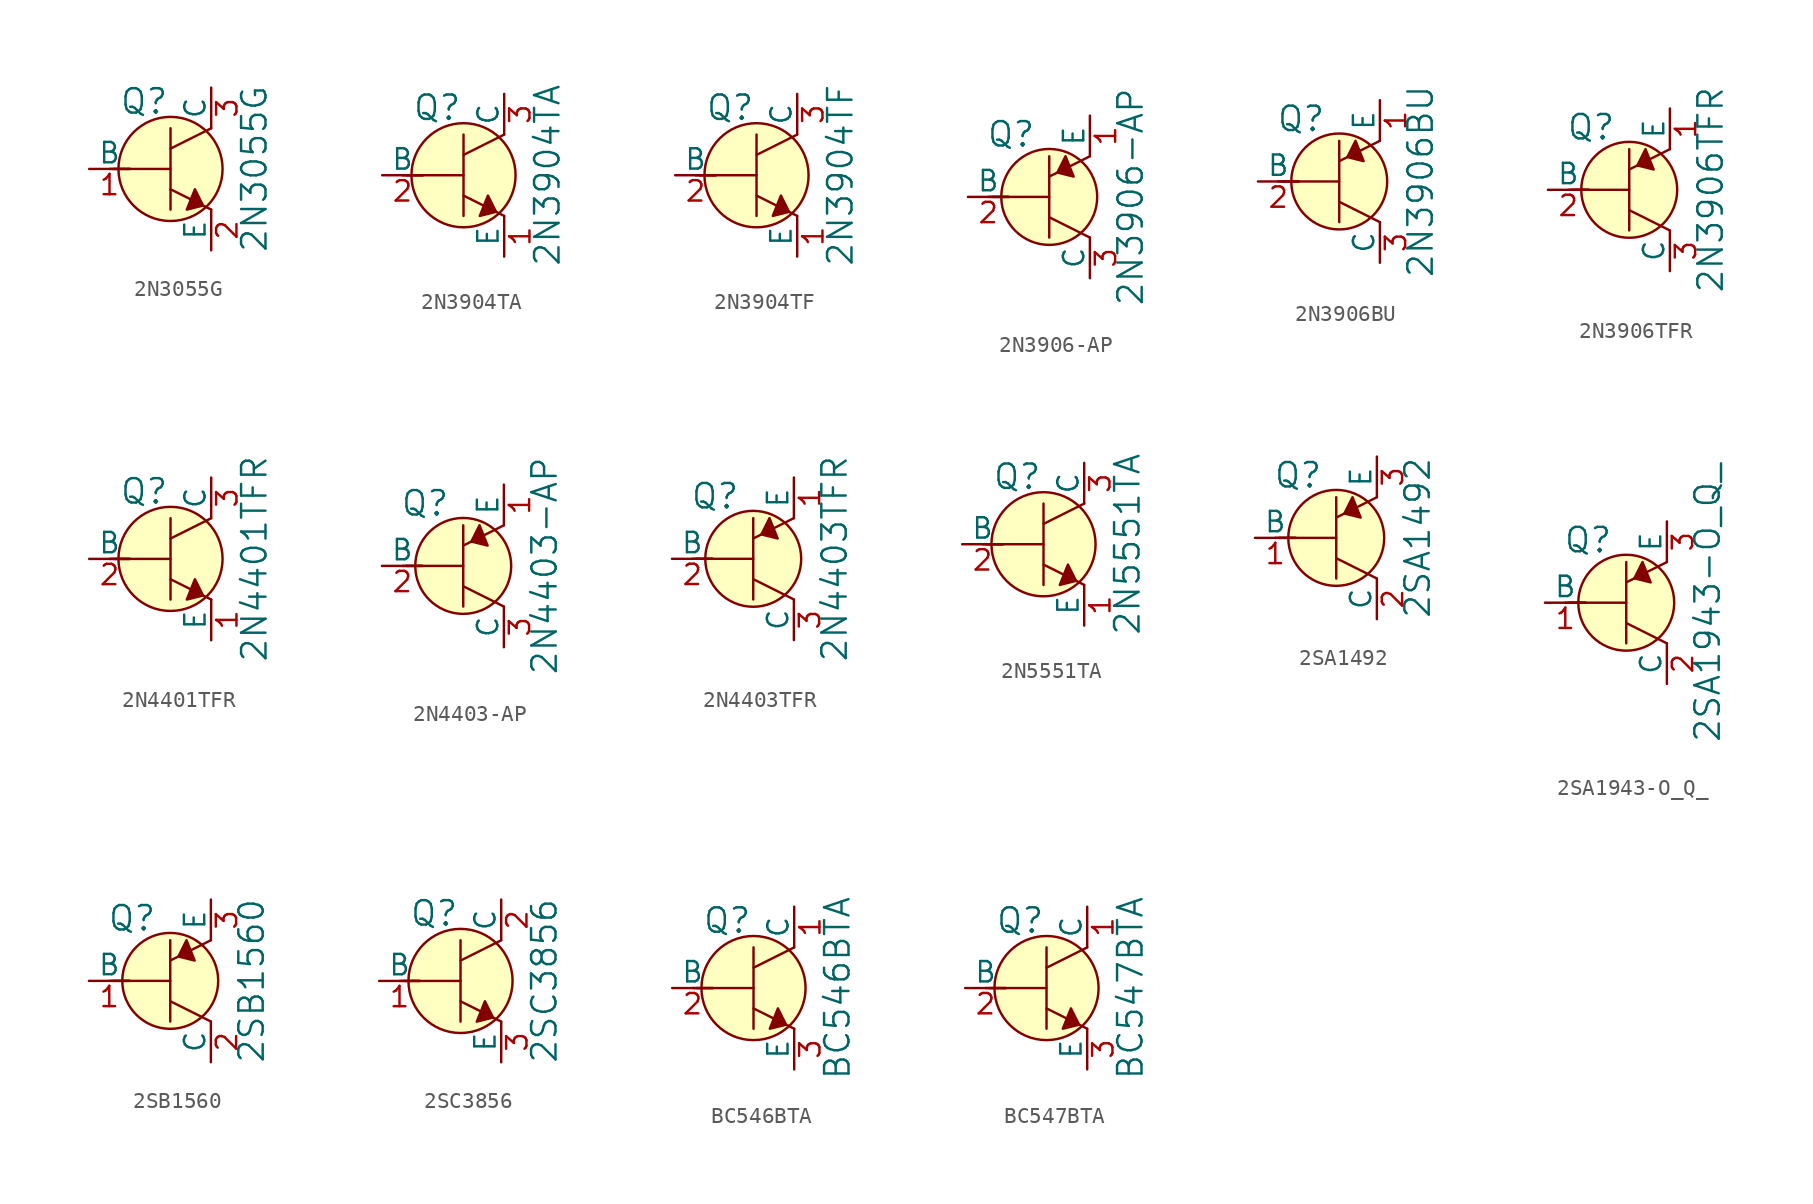
<source format=kicad_sym>
(kicad_symbol_lib
  (version 20201005)
  (generator kicad_symbol_editor)
  (symbol "2N3055G"
    (pin_names
      (offset 0))
    (property "Reference" "Q"
      (at -3.2 4.216 0)
      (effects (font (size 1.524 1.524)) (justify left)))
    (property "Value" "2N3055G"
      (at 5.232 0 90)
      (effects (font (size 1.524 1.524))))
    (symbol "2N3055G_0_1"
      (circle (center 0 0) (radius 3.251) (stroke (width 0)) (fill (type background)))
      (polyline (pts (xy -3.81 0) (xy -2.54 0)) (stroke (width 0)) (fill (type none)))
      (polyline (pts (xy -3.556 0) (xy 0 0)) (stroke (width 0)) (fill (type none)))
      (polyline (pts (xy 0 -1.27) (xy 2.54 -2.54)) (stroke (width 0)) (fill (type none)))
      (polyline (pts (xy 0 1.27) (xy 2.54 2.54)) (stroke (width 0)) (fill (type none)))
      (polyline (pts (xy 0 2.54) (xy 0 -2.54)) (stroke (width 0)) (fill (type none)))
      (polyline (pts (xy 1.524 -1.27) (xy 2.032 -2.286) (xy 1.016 -2.54) (xy 1.524 -1.27)) (stroke (width 0)) (fill (type outline))))
    (symbol "2N3055G_1_1"
      (pin input line (at -5.08 0 0) (length 2.54) (name "B" (effects (font (size 1.27 1.27)))) (number "1" (effects (font (size 1.27 1.27)))))
      (pin passive line (at 2.54 -5.08 90) (length 2.54) (name "E" (effects (font (size 1.27 1.27)))) (number "2" (effects (font (size 1.27 1.27)))))
      (pin passive line (at 2.54 5.08 270) (length 2.54) (name "C" (effects (font (size 1.27 1.27)))) (number "3" (effects (font (size 1.27 1.27)))))))
  (symbol "2N3904TA"
    (pin_names
      (offset 0))
    (property "Reference" "Q"
      (at -3.2 4.216 0)
      (effects (font (size 1.524 1.524)) (justify left)))
    (property "Value" "2N3904TA"
      (at 5.232 0 90)
      (effects (font (size 1.524 1.524))))
    (symbol "2N3904TA_0_1"
      (circle (center 0 0) (radius 3.251) (stroke (width 0)) (fill (type background)))
      (polyline (pts (xy -3.81 0) (xy -2.54 0)) (stroke (width 0)) (fill (type none)))
      (polyline (pts (xy -3.556 0) (xy 0 0)) (stroke (width 0)) (fill (type none)))
      (polyline (pts (xy 0 -1.27) (xy 2.54 -2.54)) (stroke (width 0)) (fill (type none)))
      (polyline (pts (xy 0 1.27) (xy 2.54 2.54)) (stroke (width 0)) (fill (type none)))
      (polyline (pts (xy 0 2.54) (xy 0 -2.54)) (stroke (width 0)) (fill (type none)))
      (polyline (pts (xy 1.524 -1.27) (xy 2.032 -2.286) (xy 1.016 -2.54) (xy 1.524 -1.27)) (stroke (width 0)) (fill (type outline))))
    (symbol "2N3904TA_1_1"
      (pin passive line (at 2.54 -5.08 90) (length 2.54) (name "E" (effects (font (size 1.27 1.27)))) (number "1" (effects (font (size 1.27 1.27)))))
      (pin input line (at -5.08 0 0) (length 2.54) (name "B" (effects (font (size 1.27 1.27)))) (number "2" (effects (font (size 1.27 1.27)))))
      (pin passive line (at 2.54 5.08 270) (length 2.54) (name "C" (effects (font (size 1.27 1.27)))) (number "3" (effects (font (size 1.27 1.27)))))))
  (symbol "2N3904TF"
    (pin_names
      (offset 0))
    (property "Reference" "Q"
      (at -3.2 4.216 0)
      (effects (font (size 1.524 1.524)) (justify left)))
    (property "Value" "2N3904TF"
      (at 5.232 0 90)
      (effects (font (size 1.524 1.524))))
    (symbol "2N3904TF_0_1"
      (circle (center 0 0) (radius 3.251) (stroke (width 0)) (fill (type background)))
      (polyline (pts (xy -3.81 0) (xy -2.54 0)) (stroke (width 0)) (fill (type none)))
      (polyline (pts (xy -3.556 0) (xy 0 0)) (stroke (width 0)) (fill (type none)))
      (polyline (pts (xy 0 -1.27) (xy 2.54 -2.54)) (stroke (width 0)) (fill (type none)))
      (polyline (pts (xy 0 1.27) (xy 2.54 2.54)) (stroke (width 0)) (fill (type none)))
      (polyline (pts (xy 0 2.54) (xy 0 -2.54)) (stroke (width 0)) (fill (type none)))
      (polyline (pts (xy 1.524 -1.27) (xy 2.032 -2.286) (xy 1.016 -2.54) (xy 1.524 -1.27)) (stroke (width 0)) (fill (type outline))))
    (symbol "2N3904TF_1_1"
      (pin passive line (at 2.54 -5.08 90) (length 2.54) (name "E" (effects (font (size 1.27 1.27)))) (number "1" (effects (font (size 1.27 1.27)))))
      (pin input line (at -5.08 0 0) (length 2.54) (name "B" (effects (font (size 1.27 1.27)))) (number "2" (effects (font (size 1.27 1.27)))))
      (pin passive line (at 2.54 5.08 270) (length 2.54) (name "C" (effects (font (size 1.27 1.27)))) (number "3" (effects (font (size 1.27 1.27)))))))
  (symbol "2N3906-AP"
    (pin_names
      (offset 0))
    (property "Reference" "Q"
      (at -2.388 3.912 0)
      (effects (font (size 1.524 1.524))))
    (property "Value" "2N3906-AP"
      (at 5.08 0 90)
      (effects (font (size 1.524 1.524))))
    (symbol "2N3906-AP_0_1"
      (circle (center 0 0) (radius 2.997) (stroke (width 0)) (fill (type background)))
      (polyline (pts (xy -3.81 0) (xy -2.54 0)) (stroke (width 0)) (fill (type none)))
      (polyline (pts (xy -3.556 0) (xy 0 0)) (stroke (width 0)) (fill (type none)))
      (polyline (pts (xy 0 -1.27) (xy 2.54 -2.54)) (stroke (width 0)) (fill (type none)))
      (polyline (pts (xy 0 1.27) (xy 2.54 2.54)) (stroke (width 0)) (fill (type none)))
      (polyline (pts (xy 0 2.54) (xy 0 -2.54)) (stroke (width 0)) (fill (type none)))
      (polyline (pts (xy 1.016 2.54) (xy 0.508 1.524) (xy 1.524 1.27) (xy 1.016 2.54)) (stroke (width 0)) (fill (type outline))))
    (symbol "2N3906-AP_1_1"
      (pin passive line (at 2.54 5.08 270) (length 2.54) (name "E" (effects (font (size 1.27 1.27)))) (number "1" (effects (font (size 1.27 1.27)))))
      (pin input line (at -5.08 0 0) (length 2.54) (name "B" (effects (font (size 1.27 1.27)))) (number "2" (effects (font (size 1.27 1.27)))))
      (pin passive line (at 2.54 -5.08 90) (length 2.54) (name "C" (effects (font (size 1.27 1.27)))) (number "3" (effects (font (size 1.27 1.27)))))))
  (symbol "2N3906BU"
    (pin_names
      (offset 0))
    (property "Reference" "Q"
      (at -2.388 3.912 0)
      (effects (font (size 1.524 1.524))))
    (property "Value" "2N3906BU"
      (at 5.08 0 90)
      (effects (font (size 1.524 1.524))))
    (symbol "2N3906BU_0_1"
      (circle (center 0 0) (radius 2.997) (stroke (width 0)) (fill (type background)))
      (polyline (pts (xy -3.81 0) (xy -2.54 0)) (stroke (width 0)) (fill (type none)))
      (polyline (pts (xy -3.556 0) (xy 0 0)) (stroke (width 0)) (fill (type none)))
      (polyline (pts (xy 0 -1.27) (xy 2.54 -2.54)) (stroke (width 0)) (fill (type none)))
      (polyline (pts (xy 0 1.27) (xy 2.54 2.54)) (stroke (width 0)) (fill (type none)))
      (polyline (pts (xy 0 2.54) (xy 0 -2.54)) (stroke (width 0)) (fill (type none)))
      (polyline (pts (xy 1.016 2.54) (xy 0.508 1.524) (xy 1.524 1.27) (xy 1.016 2.54)) (stroke (width 0)) (fill (type outline))))
    (symbol "2N3906BU_1_1"
      (pin passive line (at 2.54 5.08 270) (length 2.54) (name "E" (effects (font (size 1.27 1.27)))) (number "1" (effects (font (size 1.27 1.27)))))
      (pin input line (at -5.08 0 0) (length 2.54) (name "B" (effects (font (size 1.27 1.27)))) (number "2" (effects (font (size 1.27 1.27)))))
      (pin passive line (at 2.54 -5.08 90) (length 2.54) (name "C" (effects (font (size 1.27 1.27)))) (number "3" (effects (font (size 1.27 1.27)))))))
  (symbol "2N3906TFR"
    (pin_names
      (offset 0))
    (property "Reference" "Q"
      (at -2.388 3.912 0)
      (effects (font (size 1.524 1.524))))
    (property "Value" "2N3906TFR"
      (at 5.08 0 90)
      (effects (font (size 1.524 1.524))))
    (symbol "2N3906TFR_0_1"
      (circle (center 0 0) (radius 2.997) (stroke (width 0)) (fill (type background)))
      (polyline (pts (xy -3.81 0) (xy -2.54 0)) (stroke (width 0)) (fill (type none)))
      (polyline (pts (xy -3.556 0) (xy 0 0)) (stroke (width 0)) (fill (type none)))
      (polyline (pts (xy 0 -1.27) (xy 2.54 -2.54)) (stroke (width 0)) (fill (type none)))
      (polyline (pts (xy 0 1.27) (xy 2.54 2.54)) (stroke (width 0)) (fill (type none)))
      (polyline (pts (xy 0 2.54) (xy 0 -2.54)) (stroke (width 0)) (fill (type none)))
      (polyline (pts (xy 1.016 2.54) (xy 0.508 1.524) (xy 1.524 1.27) (xy 1.016 2.54)) (stroke (width 0)) (fill (type outline))))
    (symbol "2N3906TFR_1_1"
      (pin passive line (at 2.54 5.08 270) (length 2.54) (name "E" (effects (font (size 1.27 1.27)))) (number "1" (effects (font (size 1.27 1.27)))))
      (pin input line (at -5.08 0 0) (length 2.54) (name "B" (effects (font (size 1.27 1.27)))) (number "2" (effects (font (size 1.27 1.27)))))
      (pin passive line (at 2.54 -5.08 90) (length 2.54) (name "C" (effects (font (size 1.27 1.27)))) (number "3" (effects (font (size 1.27 1.27)))))))
  (symbol "2N4401TFR"
    (pin_names
      (offset 0))
    (property "Reference" "Q"
      (at -3.2 4.216 0)
      (effects (font (size 1.524 1.524)) (justify left)))
    (property "Value" "2N4401TFR"
      (at 5.232 0 90)
      (effects (font (size 1.524 1.524))))
    (symbol "2N4401TFR_0_1"
      (circle (center 0 0) (radius 3.251) (stroke (width 0)) (fill (type background)))
      (polyline (pts (xy -3.81 0) (xy -2.54 0)) (stroke (width 0)) (fill (type none)))
      (polyline (pts (xy -3.556 0) (xy 0 0)) (stroke (width 0)) (fill (type none)))
      (polyline (pts (xy 0 -1.27) (xy 2.54 -2.54)) (stroke (width 0)) (fill (type none)))
      (polyline (pts (xy 0 1.27) (xy 2.54 2.54)) (stroke (width 0)) (fill (type none)))
      (polyline (pts (xy 0 2.54) (xy 0 -2.54)) (stroke (width 0)) (fill (type none)))
      (polyline (pts (xy 1.524 -1.27) (xy 2.032 -2.286) (xy 1.016 -2.54) (xy 1.524 -1.27)) (stroke (width 0)) (fill (type outline))))
    (symbol "2N4401TFR_1_1"
      (pin passive line (at 2.54 -5.08 90) (length 2.54) (name "E" (effects (font (size 1.27 1.27)))) (number "1" (effects (font (size 1.27 1.27)))))
      (pin input line (at -5.08 0 0) (length 2.54) (name "B" (effects (font (size 1.27 1.27)))) (number "2" (effects (font (size 1.27 1.27)))))
      (pin passive line (at 2.54 5.08 270) (length 2.54) (name "C" (effects (font (size 1.27 1.27)))) (number "3" (effects (font (size 1.27 1.27)))))))
  (symbol "2N4403-AP"
    (pin_names
      (offset 0))
    (property "Reference" "Q"
      (at -2.388 3.912 0)
      (effects (font (size 1.524 1.524))))
    (property "Value" "2N4403-AP"
      (at 5.08 0 90)
      (effects (font (size 1.524 1.524))))
    (symbol "2N4403-AP_0_1"
      (circle (center 0 0) (radius 2.997) (stroke (width 0)) (fill (type background)))
      (polyline (pts (xy -3.81 0) (xy -2.54 0)) (stroke (width 0)) (fill (type none)))
      (polyline (pts (xy -3.556 0) (xy 0 0)) (stroke (width 0)) (fill (type none)))
      (polyline (pts (xy 0 -1.27) (xy 2.54 -2.54)) (stroke (width 0)) (fill (type none)))
      (polyline (pts (xy 0 1.27) (xy 2.54 2.54)) (stroke (width 0)) (fill (type none)))
      (polyline (pts (xy 0 2.54) (xy 0 -2.54)) (stroke (width 0)) (fill (type none)))
      (polyline (pts (xy 1.016 2.54) (xy 0.508 1.524) (xy 1.524 1.27) (xy 1.016 2.54)) (stroke (width 0)) (fill (type outline))))
    (symbol "2N4403-AP_1_1"
      (pin passive line (at 2.54 5.08 270) (length 2.54) (name "E" (effects (font (size 1.27 1.27)))) (number "1" (effects (font (size 1.27 1.27)))))
      (pin input line (at -5.08 0 0) (length 2.54) (name "B" (effects (font (size 1.27 1.27)))) (number "2" (effects (font (size 1.27 1.27)))))
      (pin passive line (at 2.54 -5.08 90) (length 2.54) (name "C" (effects (font (size 1.27 1.27)))) (number "3" (effects (font (size 1.27 1.27)))))))
  (symbol "2N4403TFR"
    (pin_names
      (offset 0))
    (property "Reference" "Q"
      (at -2.388 3.912 0)
      (effects (font (size 1.524 1.524))))
    (property "Value" "2N4403TFR"
      (at 5.08 0 90)
      (effects (font (size 1.524 1.524))))
    (symbol "2N4403TFR_0_1"
      (circle (center 0 0) (radius 2.997) (stroke (width 0)) (fill (type background)))
      (polyline (pts (xy -3.81 0) (xy -2.54 0)) (stroke (width 0)) (fill (type none)))
      (polyline (pts (xy -3.556 0) (xy 0 0)) (stroke (width 0)) (fill (type none)))
      (polyline (pts (xy 0 -1.27) (xy 2.54 -2.54)) (stroke (width 0)) (fill (type none)))
      (polyline (pts (xy 0 1.27) (xy 2.54 2.54)) (stroke (width 0)) (fill (type none)))
      (polyline (pts (xy 0 2.54) (xy 0 -2.54)) (stroke (width 0)) (fill (type none)))
      (polyline (pts (xy 1.016 2.54) (xy 0.508 1.524) (xy 1.524 1.27) (xy 1.016 2.54)) (stroke (width 0)) (fill (type outline))))
    (symbol "2N4403TFR_1_1"
      (pin passive line (at 2.54 5.08 270) (length 2.54) (name "E" (effects (font (size 1.27 1.27)))) (number "1" (effects (font (size 1.27 1.27)))))
      (pin input line (at -5.08 0 0) (length 2.54) (name "B" (effects (font (size 1.27 1.27)))) (number "2" (effects (font (size 1.27 1.27)))))
      (pin passive line (at 2.54 -5.08 90) (length 2.54) (name "C" (effects (font (size 1.27 1.27)))) (number "3" (effects (font (size 1.27 1.27)))))))
  (symbol "2N5551TA"
    (pin_names
      (offset 0))
    (property "Reference" "Q"
      (at -3.2 4.216 0)
      (effects (font (size 1.524 1.524)) (justify left)))
    (property "Value" "2N5551TA"
      (at 5.232 0 90)
      (effects (font (size 1.524 1.524))))
    (symbol "2N5551TA_0_1"
      (circle (center 0 0) (radius 3.251) (stroke (width 0)) (fill (type background)))
      (polyline (pts (xy -3.81 0) (xy -2.54 0)) (stroke (width 0)) (fill (type none)))
      (polyline (pts (xy -3.556 0) (xy 0 0)) (stroke (width 0)) (fill (type none)))
      (polyline (pts (xy 0 -1.27) (xy 2.54 -2.54)) (stroke (width 0)) (fill (type none)))
      (polyline (pts (xy 0 1.27) (xy 2.54 2.54)) (stroke (width 0)) (fill (type none)))
      (polyline (pts (xy 0 2.54) (xy 0 -2.54)) (stroke (width 0)) (fill (type none)))
      (polyline (pts (xy 1.524 -1.27) (xy 2.032 -2.286) (xy 1.016 -2.54) (xy 1.524 -1.27)) (stroke (width 0)) (fill (type outline))))
    (symbol "2N5551TA_1_1"
      (pin passive line (at 2.54 -5.08 90) (length 2.54) (name "E" (effects (font (size 1.27 1.27)))) (number "1" (effects (font (size 1.27 1.27)))))
      (pin input line (at -5.08 0 0) (length 2.54) (name "B" (effects (font (size 1.27 1.27)))) (number "2" (effects (font (size 1.27 1.27)))))
      (pin passive line (at 2.54 5.08 270) (length 2.54) (name "C" (effects (font (size 1.27 1.27)))) (number "3" (effects (font (size 1.27 1.27)))))))
  (symbol "2SA1492"
    (pin_names
      (offset 0))
    (property "Reference" "Q"
      (at -2.388 3.912 0)
      (effects (font (size 1.524 1.524))))
    (property "Value" "2SA1492"
      (at 5.08 0 90)
      (effects (font (size 1.524 1.524))))
    (symbol "2SA1492_0_1"
      (circle (center 0 0) (radius 2.997) (stroke (width 0)) (fill (type background)))
      (polyline (pts (xy -3.81 0) (xy -2.54 0)) (stroke (width 0)) (fill (type none)))
      (polyline (pts (xy -3.556 0) (xy 0 0)) (stroke (width 0)) (fill (type none)))
      (polyline (pts (xy 0 -1.27) (xy 2.54 -2.54)) (stroke (width 0)) (fill (type none)))
      (polyline (pts (xy 0 1.27) (xy 2.54 2.54)) (stroke (width 0)) (fill (type none)))
      (polyline (pts (xy 0 2.54) (xy 0 -2.54)) (stroke (width 0)) (fill (type none)))
      (polyline (pts (xy 1.016 2.54) (xy 0.508 1.524) (xy 1.524 1.27) (xy 1.016 2.54)) (stroke (width 0)) (fill (type outline))))
    (symbol "2SA1492_1_1"
      (pin input line (at -5.08 0 0) (length 2.54) (name "B" (effects (font (size 1.27 1.27)))) (number "1" (effects (font (size 1.27 1.27)))))
      (pin passive line (at 2.54 -5.08 90) (length 2.54) (name "C" (effects (font (size 1.27 1.27)))) (number "2" (effects (font (size 1.27 1.27)))))
      (pin passive line (at 2.54 5.08 270) (length 2.54) (name "E" (effects (font (size 1.27 1.27)))) (number "3" (effects (font (size 1.27 1.27)))))))
  (symbol "2SA1943-O_Q_"
    (pin_names
      (offset 0))
    (property "Reference" "Q"
      (at -2.388 3.912 0)
      (effects (font (size 1.524 1.524))))
    (property "Value" "2SA1943-O_Q_"
      (at 5.08 0 90)
      (effects (font (size 1.524 1.524))))
    (symbol "2SA1943-O_Q__0_1"
      (circle (center 0 0) (radius 2.997) (stroke (width 0)) (fill (type background)))
      (polyline (pts (xy -3.81 0) (xy -2.54 0)) (stroke (width 0)) (fill (type none)))
      (polyline (pts (xy -3.556 0) (xy 0 0)) (stroke (width 0)) (fill (type none)))
      (polyline (pts (xy 0 -1.27) (xy 2.54 -2.54)) (stroke (width 0)) (fill (type none)))
      (polyline (pts (xy 0 1.27) (xy 2.54 2.54)) (stroke (width 0)) (fill (type none)))
      (polyline (pts (xy 0 2.54) (xy 0 -2.54)) (stroke (width 0)) (fill (type none)))
      (polyline (pts (xy 1.016 2.54) (xy 0.508 1.524) (xy 1.524 1.27) (xy 1.016 2.54)) (stroke (width 0)) (fill (type outline))))
    (symbol "2SA1943-O_Q__1_1"
      (pin input line (at -5.08 0 0) (length 2.54) (name "B" (effects (font (size 1.27 1.27)))) (number "1" (effects (font (size 1.27 1.27)))))
      (pin passive line (at 2.54 -5.08 90) (length 2.54) (name "C" (effects (font (size 1.27 1.27)))) (number "2" (effects (font (size 1.27 1.27)))))
      (pin passive line (at 2.54 5.08 270) (length 2.54) (name "E" (effects (font (size 1.27 1.27)))) (number "3" (effects (font (size 1.27 1.27)))))))
  (symbol "2SB1560"
    (pin_names
      (offset 0))
    (property "Reference" "Q"
      (at -2.388 3.912 0)
      (effects (font (size 1.524 1.524))))
    (property "Value" "2SB1560"
      (at 5.08 0 90)
      (effects (font (size 1.524 1.524))))
    (symbol "2SB1560_0_1"
      (circle (center 0 0) (radius 2.997) (stroke (width 0)) (fill (type background)))
      (polyline (pts (xy -3.81 0) (xy -2.54 0)) (stroke (width 0)) (fill (type none)))
      (polyline (pts (xy -3.556 0) (xy 0 0)) (stroke (width 0)) (fill (type none)))
      (polyline (pts (xy 0 -1.27) (xy 2.54 -2.54)) (stroke (width 0)) (fill (type none)))
      (polyline (pts (xy 0 1.27) (xy 2.54 2.54)) (stroke (width 0)) (fill (type none)))
      (polyline (pts (xy 0 2.54) (xy 0 -2.54)) (stroke (width 0)) (fill (type none)))
      (polyline (pts (xy 1.016 2.54) (xy 0.508 1.524) (xy 1.524 1.27) (xy 1.016 2.54)) (stroke (width 0)) (fill (type outline))))
    (symbol "2SB1560_1_1"
      (pin input line (at -5.08 0 0) (length 2.54) (name "B" (effects (font (size 1.27 1.27)))) (number "1" (effects (font (size 1.27 1.27)))))
      (pin passive line (at 2.54 -5.08 90) (length 2.54) (name "C" (effects (font (size 1.27 1.27)))) (number "2" (effects (font (size 1.27 1.27)))))
      (pin passive line (at 2.54 5.08 270) (length 2.54) (name "E" (effects (font (size 1.27 1.27)))) (number "3" (effects (font (size 1.27 1.27)))))))
  (symbol "2SC3856"
    (pin_names
      (offset 0))
    (property "Reference" "Q"
      (at -3.2 4.216 0)
      (effects (font (size 1.524 1.524)) (justify left)))
    (property "Value" "2SC3856"
      (at 5.232 0 90)
      (effects (font (size 1.524 1.524))))
    (symbol "2SC3856_0_1"
      (circle (center 0 0) (radius 3.251) (stroke (width 0)) (fill (type background)))
      (polyline (pts (xy -3.81 0) (xy -2.54 0)) (stroke (width 0)) (fill (type none)))
      (polyline (pts (xy -3.556 0) (xy 0 0)) (stroke (width 0)) (fill (type none)))
      (polyline (pts (xy 0 -1.27) (xy 2.54 -2.54)) (stroke (width 0)) (fill (type none)))
      (polyline (pts (xy 0 1.27) (xy 2.54 2.54)) (stroke (width 0)) (fill (type none)))
      (polyline (pts (xy 0 2.54) (xy 0 -2.54)) (stroke (width 0)) (fill (type none)))
      (polyline (pts (xy 1.524 -1.27) (xy 2.032 -2.286) (xy 1.016 -2.54) (xy 1.524 -1.27)) (stroke (width 0)) (fill (type outline))))
    (symbol "2SC3856_1_1"
      (pin input line (at -5.08 0 0) (length 2.54) (name "B" (effects (font (size 1.27 1.27)))) (number "1" (effects (font (size 1.27 1.27)))))
      (pin passive line (at 2.54 5.08 270) (length 2.54) (name "C" (effects (font (size 1.27 1.27)))) (number "2" (effects (font (size 1.27 1.27)))))
      (pin passive line (at 2.54 -5.08 90) (length 2.54) (name "E" (effects (font (size 1.27 1.27)))) (number "3" (effects (font (size 1.27 1.27)))))))
  (symbol "BC546BTA"
    (pin_names
      (offset 0))
    (property "Reference" "Q"
      (at -3.2 4.216 0)
      (effects (font (size 1.524 1.524)) (justify left)))
    (property "Value" "BC546BTA"
      (at 5.232 0 90)
      (effects (font (size 1.524 1.524))))
    (symbol "BC546BTA_0_1"
      (circle (center 0 0) (radius 3.251) (stroke (width 0)) (fill (type background)))
      (polyline (pts (xy -3.81 0) (xy -2.54 0)) (stroke (width 0)) (fill (type none)))
      (polyline (pts (xy -3.556 0) (xy 0 0)) (stroke (width 0)) (fill (type none)))
      (polyline (pts (xy 0 -1.27) (xy 2.54 -2.54)) (stroke (width 0)) (fill (type none)))
      (polyline (pts (xy 0 1.27) (xy 2.54 2.54)) (stroke (width 0)) (fill (type none)))
      (polyline (pts (xy 0 2.54) (xy 0 -2.54)) (stroke (width 0)) (fill (type none)))
      (polyline (pts (xy 1.524 -1.27) (xy 2.032 -2.286) (xy 1.016 -2.54) (xy 1.524 -1.27)) (stroke (width 0)) (fill (type outline))))
    (symbol "BC546BTA_1_1"
      (pin passive line (at 2.54 5.08 270) (length 2.54) (name "C" (effects (font (size 1.27 1.27)))) (number "1" (effects (font (size 1.27 1.27)))))
      (pin input line (at -5.08 0 0) (length 2.54) (name "B" (effects (font (size 1.27 1.27)))) (number "2" (effects (font (size 1.27 1.27)))))
      (pin passive line (at 2.54 -5.08 90) (length 2.54) (name "E" (effects (font (size 1.27 1.27)))) (number "3" (effects (font (size 1.27 1.27)))))))
  (symbol "BC547BTA"
    (pin_names
      (offset 0))
    (property "Reference" "Q"
      (at -3.2 4.216 0)
      (effects (font (size 1.524 1.524)) (justify left)))
    (property "Value" "BC547BTA"
      (at 5.232 0 90)
      (effects (font (size 1.524 1.524))))
    (symbol "BC547BTA_0_1"
      (circle (center 0 0) (radius 3.251) (stroke (width 0)) (fill (type background)))
      (polyline (pts (xy -3.81 0) (xy -2.54 0)) (stroke (width 0)) (fill (type none)))
      (polyline (pts (xy -3.556 0) (xy 0 0)) (stroke (width 0)) (fill (type none)))
      (polyline (pts (xy 0 -1.27) (xy 2.54 -2.54)) (stroke (width 0)) (fill (type none)))
      (polyline (pts (xy 0 1.27) (xy 2.54 2.54)) (stroke (width 0)) (fill (type none)))
      (polyline (pts (xy 0 2.54) (xy 0 -2.54)) (stroke (width 0)) (fill (type none)))
      (polyline (pts (xy 1.524 -1.27) (xy 2.032 -2.286) (xy 1.016 -2.54) (xy 1.524 -1.27)) (stroke (width 0)) (fill (type outline))))
    (symbol "BC547BTA_1_1"
      (pin passive line (at 2.54 5.08 270) (length 2.54) (name "C" (effects (font (size 1.27 1.27)))) (number "1" (effects (font (size 1.27 1.27)))))
      (pin input line (at -5.08 0 0) (length 2.54) (name "B" (effects (font (size 1.27 1.27)))) (number "2" (effects (font (size 1.27 1.27)))))
      (pin passive line (at 2.54 -5.08 90) (length 2.54) (name "E" (effects (font (size 1.27 1.27)))) (number "3" (effects (font (size 1.27 1.27))))))))
</source>
